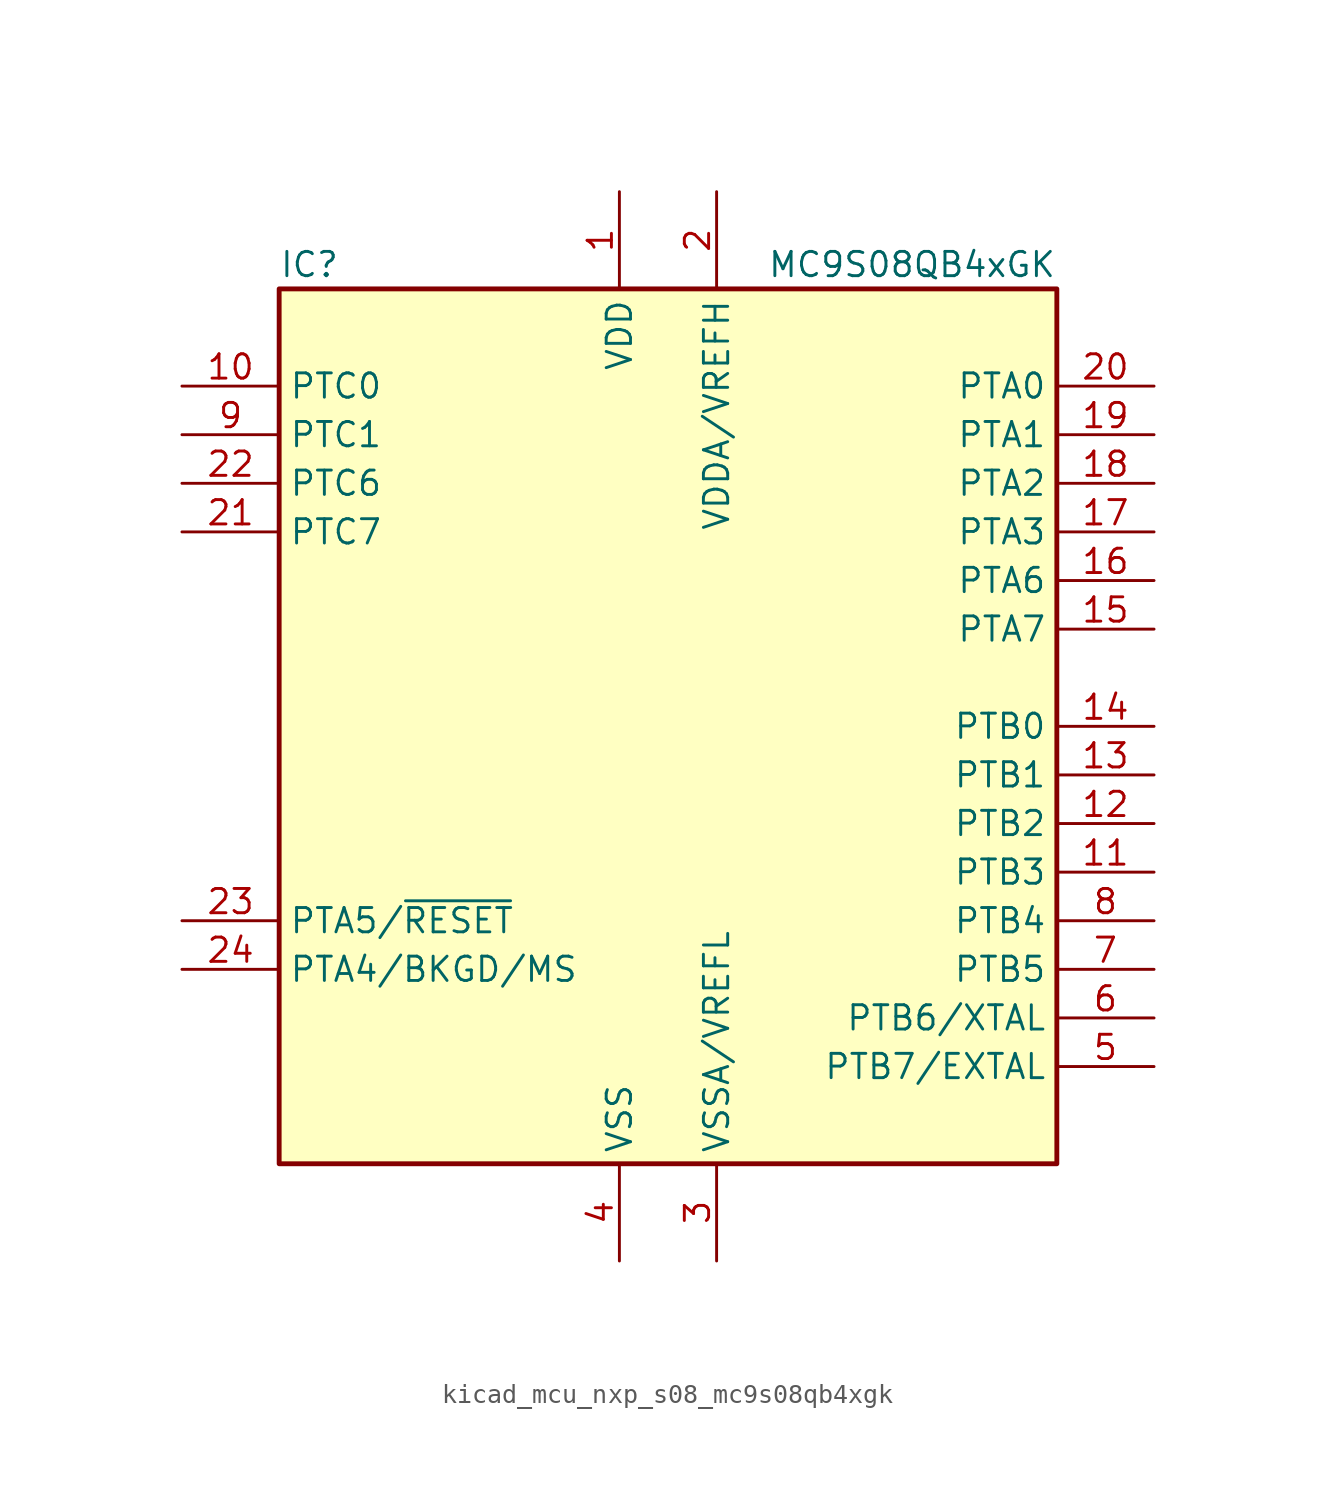
<source format=kicad_sym>
(kicad_symbol_lib
  (version 20220914)
  (generator kicad_symbol_editor)
  (symbol "kicad_mcu_nxp_s08_mc9s08qb4xgk"
    (property "Reference" "IC"
      (at -20.32 24.13 0)
      (effects (font (size 1.27 1.27)) (justify left)))
    (property "Value" "MC9S08QB4xGK"
      (at 20.32 24.13 0)
      (effects (font (size 1.27 1.27)) (justify right)))
    (symbol "kicad_mcu_nxp_s08_mc9s08qb4xgk_0_1"
      (rectangle (start -20.32 22.86) (end 20.32 -22.86) (stroke (width 0.254) (type default)) (fill (type background))))
    (symbol "kicad_mcu_nxp_s08_mc9s08qb4xgk_1_1"
      (pin power_in line (at -2.54 27.94 270) (length 5.08) (name "VDD" (effects (font (size 1.27 1.27)))) (number "1" (effects (font (size 1.27 1.27)))))
      (pin bidirectional line (at -25.4 17.78 0) (length 5.08) (name "PTC0" (effects (font (size 1.27 1.27)))) (number "10" (effects (font (size 1.27 1.27)))))
      (pin bidirectional line (at 25.4 -7.62 180) (length 5.08) (name "PTB3" (effects (font (size 1.27 1.27)))) (number "11" (effects (font (size 1.27 1.27)))))
      (pin bidirectional line (at 25.4 -5.08 180) (length 5.08) (name "PTB2" (effects (font (size 1.27 1.27)))) (number "12" (effects (font (size 1.27 1.27)))))
      (pin bidirectional line (at 25.4 -2.54 180) (length 5.08) (name "PTB1" (effects (font (size 1.27 1.27)))) (number "13" (effects (font (size 1.27 1.27)))))
      (pin bidirectional line (at 25.4 0 180) (length 5.08) (name "PTB0" (effects (font (size 1.27 1.27)))) (number "14" (effects (font (size 1.27 1.27)))))
      (pin bidirectional line (at 25.4 5.08 180) (length 5.08) (name "PTA7" (effects (font (size 1.27 1.27)))) (number "15" (effects (font (size 1.27 1.27)))))
      (pin bidirectional line (at 25.4 7.62 180) (length 5.08) (name "PTA6" (effects (font (size 1.27 1.27)))) (number "16" (effects (font (size 1.27 1.27)))))
      (pin bidirectional line (at 25.4 10.16 180) (length 5.08) (name "PTA3" (effects (font (size 1.27 1.27)))) (number "17" (effects (font (size 1.27 1.27)))))
      (pin bidirectional line (at 25.4 12.7 180) (length 5.08) (name "PTA2" (effects (font (size 1.27 1.27)))) (number "18" (effects (font (size 1.27 1.27)))))
      (pin bidirectional line (at 25.4 15.24 180) (length 5.08) (name "PTA1" (effects (font (size 1.27 1.27)))) (number "19" (effects (font (size 1.27 1.27)))))
      (pin power_in line (at 2.54 27.94 270) (length 5.08) (name "VDDA/VREFH" (effects (font (size 1.27 1.27)))) (number "2" (effects (font (size 1.27 1.27)))))
      (pin bidirectional line (at 25.4 17.78 180) (length 5.08) (name "PTA0" (effects (font (size 1.27 1.27)))) (number "20" (effects (font (size 1.27 1.27)))))
      (pin bidirectional line (at -25.4 10.16 0) (length 5.08) (name "PTC7" (effects (font (size 1.27 1.27)))) (number "21" (effects (font (size 1.27 1.27)))))
      (pin bidirectional line (at -25.4 12.7 0) (length 5.08) (name "PTC6" (effects (font (size 1.27 1.27)))) (number "22" (effects (font (size 1.27 1.27)))))
      (pin bidirectional line (at -25.4 -10.16 0) (length 5.08) (name "PTA5/~{RESET}" (effects (font (size 1.27 1.27)))) (number "23" (effects (font (size 1.27 1.27)))))
      (pin bidirectional line (at -25.4 -12.7 0) (length 5.08) (name "PTA4/BKGD/MS" (effects (font (size 1.27 1.27)))) (number "24" (effects (font (size 1.27 1.27)))))
      (pin power_in line (at 2.54 -27.94 90) (length 5.08) (name "VSSA/VREFL" (effects (font (size 1.27 1.27)))) (number "3" (effects (font (size 1.27 1.27)))))
      (pin power_in line (at -2.54 -27.94 90) (length 5.08) (name "VSS" (effects (font (size 1.27 1.27)))) (number "4" (effects (font (size 1.27 1.27)))))
      (pin bidirectional line (at 25.4 -17.78 180) (length 5.08) (name "PTB7/EXTAL" (effects (font (size 1.27 1.27)))) (number "5" (effects (font (size 1.27 1.27)))))
      (pin bidirectional line (at 25.4 -15.24 180) (length 5.08) (name "PTB6/XTAL" (effects (font (size 1.27 1.27)))) (number "6" (effects (font (size 1.27 1.27)))))
      (pin bidirectional line (at 25.4 -12.7 180) (length 5.08) (name "PTB5" (effects (font (size 1.27 1.27)))) (number "7" (effects (font (size 1.27 1.27)))))
      (pin bidirectional line (at 25.4 -10.16 180) (length 5.08) (name "PTB4" (effects (font (size 1.27 1.27)))) (number "8" (effects (font (size 1.27 1.27)))))
      (pin bidirectional line (at -25.4 15.24 0) (length 5.08) (name "PTC1" (effects (font (size 1.27 1.27)))) (number "9" (effects (font (size 1.27 1.27))))))))
</source>
